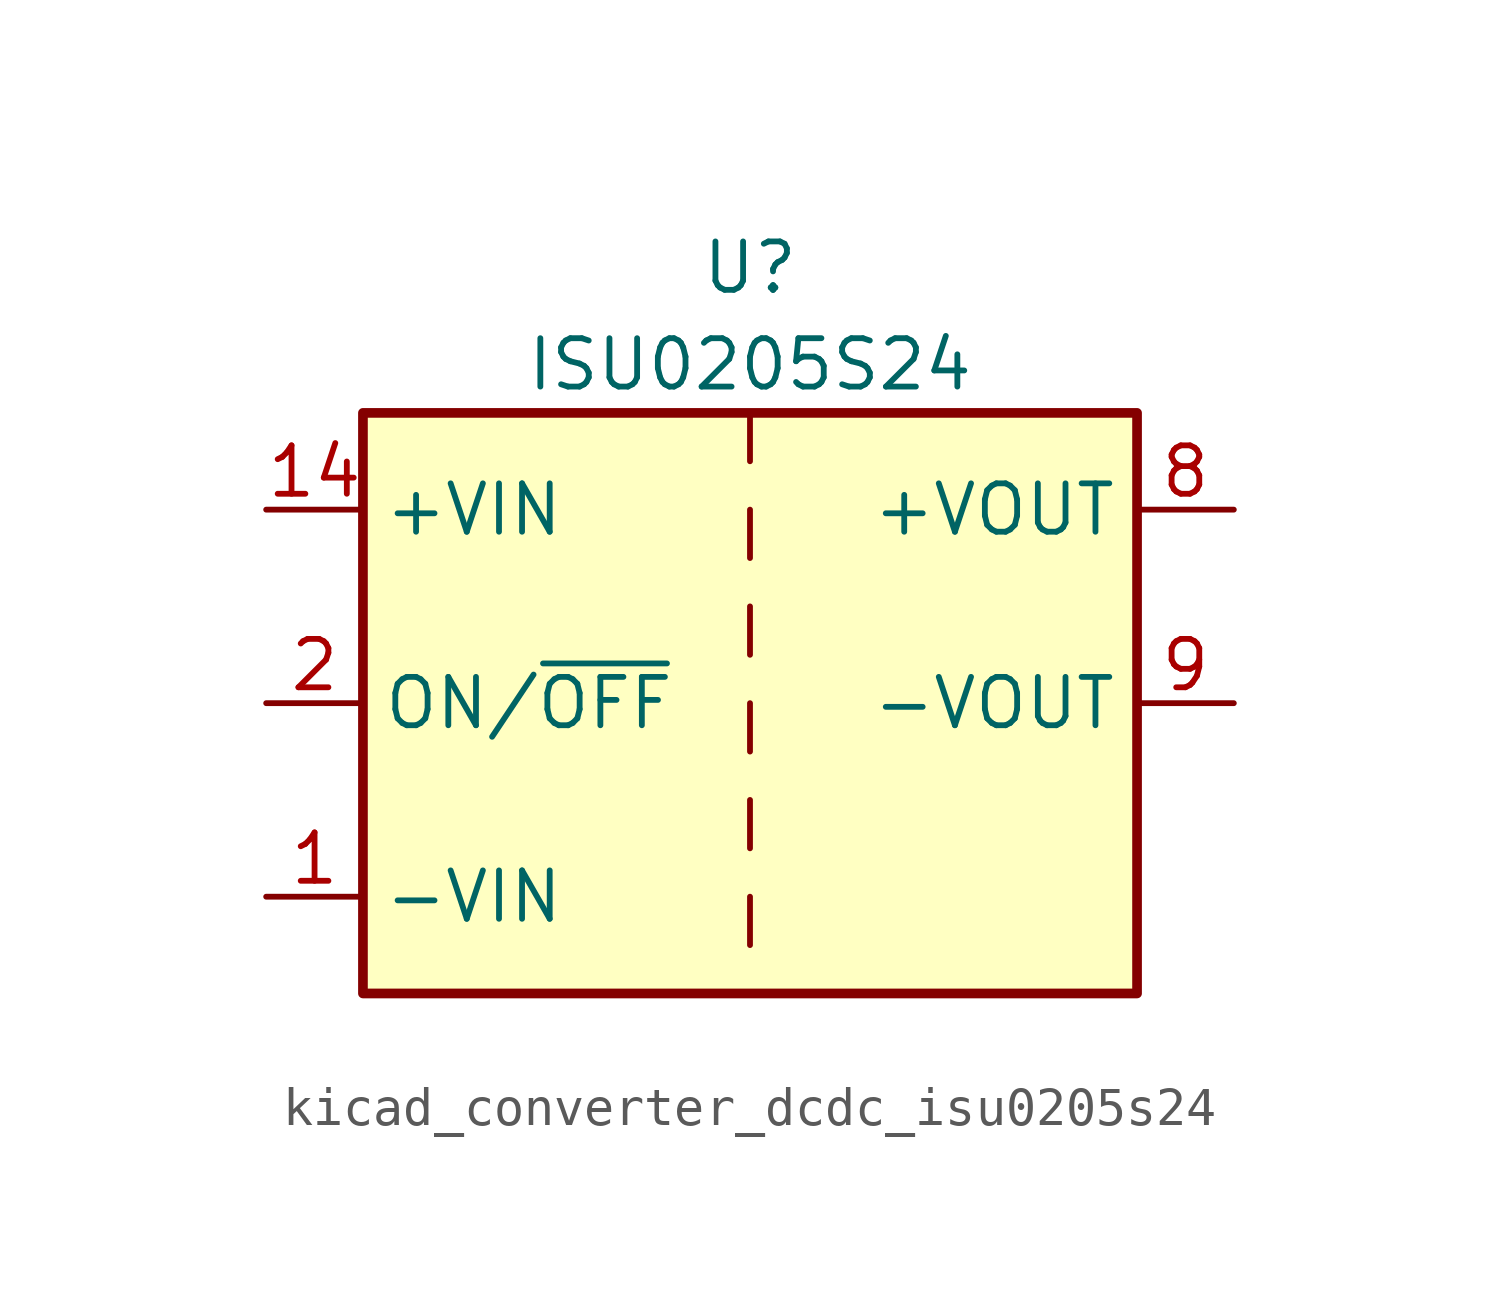
<source format=kicad_sym>
(kicad_symbol_lib
  (version 20220914)
  (generator kicad_symbol_editor)
  (symbol "kicad_converter_dcdc_isu0205s24"
    (property "Reference" "U"
      (at 0 11.43 0)
      (effects (font (size 1.27 1.27))))
    (property "Value" "ISU0205S24"
      (at 0 8.89 0)
      (effects (font (size 1.27 1.27))))
    (symbol "kicad_converter_dcdc_isu0205s24_0_1"
      (rectangle (start -10.16 7.62) (end 10.16 -7.62) (stroke (width 0.254) (type default)) (fill (type background)))
      (polyline (pts (xy 0 -5.08) (xy 0 -6.35)) (stroke (width 0) (type default)) (fill (type none)))
      (polyline (pts (xy 0 -2.54) (xy 0 -3.81)) (stroke (width 0) (type default)) (fill (type none)))
      (polyline (pts (xy 0 0) (xy 0 -1.27)) (stroke (width 0) (type default)) (fill (type none)))
      (polyline (pts (xy 0 2.54) (xy 0 1.27)) (stroke (width 0) (type default)) (fill (type none)))
      (polyline (pts (xy 0 5.08) (xy 0 3.81)) (stroke (width 0) (type default)) (fill (type none)))
      (polyline (pts (xy 0 7.62) (xy 0 6.35)) (stroke (width 0) (type default)) (fill (type none))))
    (symbol "kicad_converter_dcdc_isu0205s24_1_1"
      (pin power_in line (at -12.7 -5.08 0) (length 2.54) (name "-VIN" (effects (font (size 1.27 1.27)))) (number "1" (effects (font (size 1.27 1.27)))))
      (pin power_in line (at -12.7 5.08 0) (length 2.54) (name "+VIN" (effects (font (size 1.27 1.27)))) (number "14" (effects (font (size 1.27 1.27)))))
      (pin input line (at -12.7 0 0) (length 2.54) (name "ON/~{OFF}" (effects (font (size 1.27 1.27)))) (number "2" (effects (font (size 1.27 1.27)))))
      (pin no_connect line (at 10.16 -2.54 180) (length 2.54) hide (name "NC" (effects (font (size 1.27 1.27)))) (number "6" (effects (font (size 1.27 1.27)))))
      (pin no_connect line (at 10.16 -5.08 180) (length 2.54) hide (name "NC" (effects (font (size 1.27 1.27)))) (number "7" (effects (font (size 1.27 1.27)))))
      (pin power_out line (at 12.7 5.08 180) (length 2.54) (name "+VOUT" (effects (font (size 1.27 1.27)))) (number "8" (effects (font (size 1.27 1.27)))))
      (pin power_out line (at 12.7 0 180) (length 2.54) (name "-VOUT" (effects (font (size 1.27 1.27)))) (number "9" (effects (font (size 1.27 1.27))))))))
</source>
